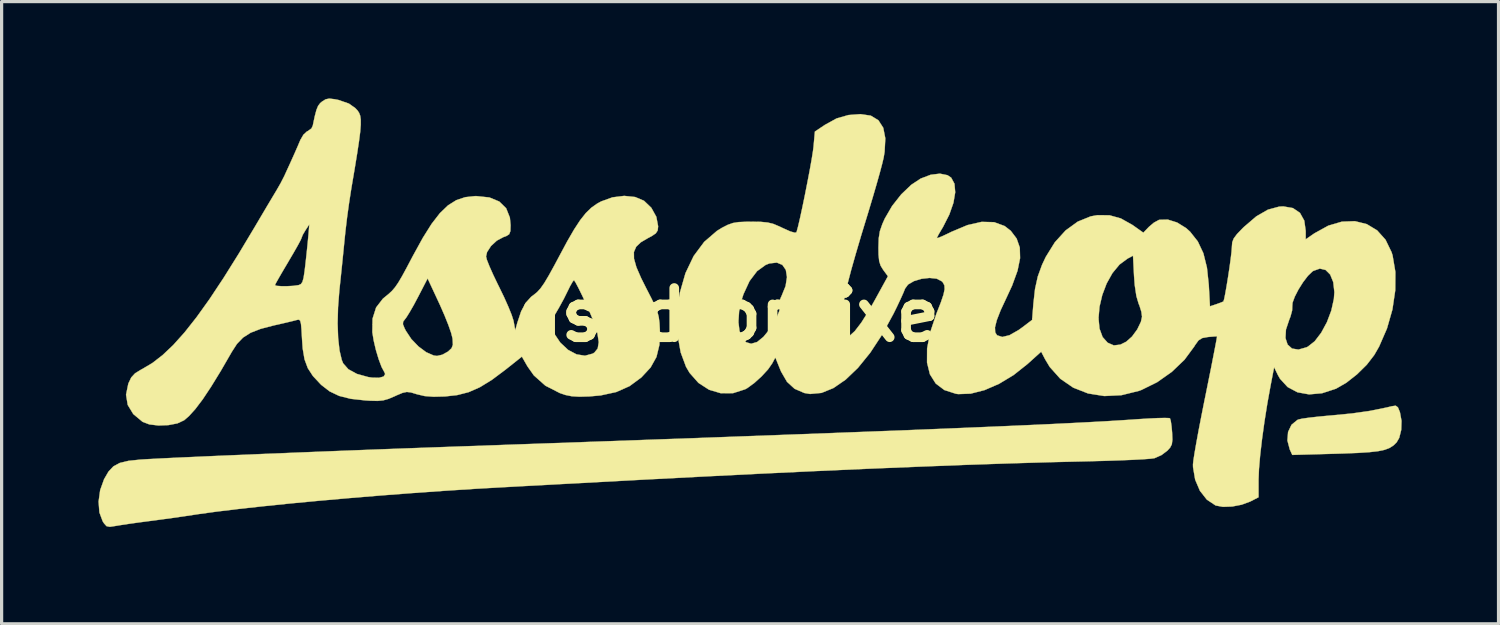
<source format=kicad_pcb>
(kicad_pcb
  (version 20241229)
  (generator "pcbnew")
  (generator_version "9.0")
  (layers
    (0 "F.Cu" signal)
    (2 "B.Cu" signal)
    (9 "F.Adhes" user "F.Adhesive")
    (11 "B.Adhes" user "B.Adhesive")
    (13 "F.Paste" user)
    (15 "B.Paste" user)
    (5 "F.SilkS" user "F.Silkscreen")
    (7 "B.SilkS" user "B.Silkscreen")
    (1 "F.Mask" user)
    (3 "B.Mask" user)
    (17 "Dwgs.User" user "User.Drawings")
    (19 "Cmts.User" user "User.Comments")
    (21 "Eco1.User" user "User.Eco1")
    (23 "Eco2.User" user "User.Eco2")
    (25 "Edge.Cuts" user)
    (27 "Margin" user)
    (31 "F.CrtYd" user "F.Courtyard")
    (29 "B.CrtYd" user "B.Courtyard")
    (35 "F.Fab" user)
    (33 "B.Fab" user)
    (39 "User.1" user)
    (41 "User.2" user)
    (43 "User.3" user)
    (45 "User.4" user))
  (footprint "assdropfixed"
    (layer "F.Cu")
    (at 20.202 6.71)
    (property "Reference" "assdropfixed" (at 0 0 0) (layer "F.SilkS") (effects (font (size 1.524 1.524) (thickness 0.3))))
    (attr through_hole)
    (fp_poly (pts (xy 20.067 2.863) (xy 20.126 3.007) (xy 20.13 3.019) (xy 20.178 3.282) (xy 20.169 3.561) (xy 20.107 3.808) (xy 20.026 3.948) (xy 19.926 4.045) (xy 19.809 4.12) (xy 19.657 4.178) (xy 19.453 4.221) (xy 19.18 4.252) (xy 18.822 4.275) (xy 18.36 4.293) (xy 18.136 4.3) (xy 16.793 4.337) (xy 16.715 4.166) (xy 16.642 3.89) (xy 16.663 3.626) (xy 16.769 3.403) (xy 16.952 3.253) (xy 16.986 3.239) (xy 17.101 3.213) (xy 17.315 3.183) (xy 17.599 3.151) (xy 17.926 3.12) (xy 18.011 3.113) (xy 18.651 3.051) (xy 19.203 2.972) (xy 19.71 2.869) (xy 19.885 2.827) (xy 19.998 2.812) (xy 20.067 2.863)) (stroke (width 0.01) (type solid)) (fill yes) (layer "F.SilkS"))
    (fp_poly (pts (xy 12.977 3.196) (xy 13.003 3.202) (xy 13.028 3.283) (xy 13.052 3.451) (xy 13.069 3.639) (xy 13.078 3.864) (xy 13.061 4.007) (xy 13.007 4.112) (xy 12.92 4.207) (xy 12.738 4.343) (xy 12.531 4.435) (xy 12.517 4.439) (xy 12.397 4.455) (xy 12.167 4.472) (xy 11.847 4.489) (xy 11.453 4.505) (xy 11.004 4.52) (xy 10.517 4.533) (xy 10.351 4.537) (xy 9.223 4.564) (xy 7.979 4.601) (xy 6.626 4.647) (xy 5.174 4.703) (xy 3.632 4.766) (xy 2.01 4.838) (xy 0.316 4.918) (xy -1.44 5.006) (xy -3.25 5.1) (xy -4.064 5.144) (xy -4.662 5.176) (xy -5.279 5.21) (xy -5.889 5.242) (xy -6.465 5.274) (xy -6.982 5.301) (xy -7.414 5.325) (xy -7.62 5.336) (xy -8.54 5.388) (xy -9.496 5.45) (xy -10.472 5.519) (xy -11.453 5.594) (xy -12.422 5.674) (xy -13.364 5.757) (xy -14.263 5.842) (xy -15.102 5.928) (xy -15.867 6.012) (xy -16.541 6.094) (xy -17.108 6.172) (xy -17.24 6.192) (xy -17.544 6.238) (xy -17.921 6.292) (xy -18.317 6.346) (xy -18.605 6.384) (xy -18.939 6.428) (xy -19.252 6.472) (xy -19.511 6.511) (xy -19.674 6.538) (xy -19.849 6.565) (xy -19.951 6.544) (xy -20.029 6.457) (xy -20.071 6.391) (xy -20.172 6.118) (xy -20.197 5.784) (xy -20.148 5.427) (xy -20.026 5.087) (xy -20.025 5.086) (xy -19.89 4.854) (xy -19.738 4.692) (xy -19.541 4.586) (xy -19.272 4.521) (xy -18.905 4.482) (xy -18.902 4.482) (xy -18.656 4.467) (xy -18.294 4.448) (xy -17.827 4.425) (xy -17.266 4.4) (xy -16.622 4.371) (xy -15.906 4.341) (xy -15.13 4.308) (xy -14.303 4.275) (xy -13.436 4.24) (xy -12.542 4.205) (xy -11.631 4.17) (xy -10.714 4.136) (xy -9.801 4.103) (xy -8.904 4.071) (xy -8.731 4.065) (xy -6.747 3.995) (xy -4.885 3.929) (xy -3.143 3.867) (xy -1.515 3.809) (xy 0.002 3.753) (xy 1.412 3.701) (xy 2.719 3.652) (xy 3.927 3.606) (xy 5.04 3.563) (xy 6.063 3.522) (xy 6.998 3.483) (xy 7.851 3.447) (xy 8.625 3.413) (xy 9.324 3.381) (xy 9.952 3.35) (xy 10.514 3.321) (xy 11.013 3.294) (xy 11.453 3.267) (xy 11.838 3.242) (xy 11.989 3.231) (xy 12.328 3.21) (xy 12.621 3.196) (xy 12.845 3.191) (xy 12.977 3.196)) (stroke (width 0.01) (type solid)) (fill yes) (layer "F.SilkS"))
    (fp_poly (pts (xy -12.886 -6.686) (xy -12.764 -6.662) (xy -12.44 -6.55) (xy -12.243 -6.41) (xy -12.176 -6.34) (xy -12.126 -6.266) (xy -12.091 -6.176) (xy -12.073 -6.057) (xy -12.073 -5.894) (xy -12.09 -5.676) (xy -12.127 -5.387) (xy -12.183 -5.016) (xy -12.259 -4.548) (xy -12.357 -3.97) (xy -12.373 -3.873) (xy -12.433 -3.485) (xy -12.495 -3.038) (xy -12.547 -2.601) (xy -12.57 -2.381) (xy -12.608 -2) (xy -12.653 -1.554) (xy -12.7 -1.101) (xy -12.736 -0.762) (xy -12.777 -0.238) (xy -12.79 0.262) (xy -12.774 0.716) (xy -12.731 1.1) (xy -12.662 1.394) (xy -12.618 1.5) (xy -12.456 1.683) (xy -12.192 1.827) (xy -11.847 1.923) (xy -11.725 1.942) (xy -11.507 1.947) (xy -11.365 1.908) (xy -11.316 1.832) (xy -11.344 1.767) (xy -11.427 1.613) (xy -11.517 1.373) (xy -11.603 1.087) (xy -11.672 0.793) (xy -11.714 0.533) (xy -11.714 0.531) (xy -11.71 0.288) (xy -10.766 0.288) (xy -10.714 0.416) (xy -10.678 0.486) (xy -10.507 0.745) (xy -10.285 0.976) (xy -10.044 1.155) (xy -9.813 1.256) (xy -9.71 1.27) (xy -9.543 1.231) (xy -9.372 1.136) (xy -9.368 1.133) (xy -9.259 1.031) (xy -9.218 0.924) (xy -9.226 0.757) (xy -9.231 0.718) (xy -9.272 0.555) (xy -9.358 0.31) (xy -9.476 0.015) (xy -9.614 -0.301) (xy -9.635 -0.346) (xy -10.001 -1.132) (xy -10.294 -0.565) (xy -10.43 -0.309) (xy -10.558 -0.087) (xy -10.657 0.072) (xy -10.695 0.122) (xy -10.759 0.206) (xy -10.766 0.288) (xy -11.71 0.288) (xy -11.707 0.114) (xy -11.597 -0.232) (xy -11.387 -0.504) (xy -11.344 -0.54) (xy -11.212 -0.648) (xy -11.105 -0.747) (xy -11.009 -0.859) (xy -10.91 -1.003) (xy -10.795 -1.198) (xy -10.649 -1.466) (xy -10.46 -1.825) (xy -10.449 -1.845) (xy -10.15 -2.389) (xy -9.878 -2.822) (xy -9.621 -3.154) (xy -9.369 -3.396) (xy -9.111 -3.558) (xy -8.835 -3.65) (xy -8.53 -3.683) (xy -8.487 -3.683) (xy -8.086 -3.641) (xy -7.779 -3.514) (xy -7.567 -3.306) (xy -7.452 -3.017) (xy -7.43 -2.783) (xy -7.436 -2.6) (xy -7.474 -2.501) (xy -7.567 -2.443) (xy -7.65 -2.414) (xy -7.856 -2.304) (xy -8.037 -2.137) (xy -8.159 -1.949) (xy -8.191 -1.814) (xy -8.164 -1.707) (xy -8.087 -1.512) (xy -7.973 -1.255) (xy -7.832 -0.961) (xy -7.788 -0.873) (xy -7.635 -0.558) (xy -7.501 -0.258) (xy -7.398 -0.004) (xy -7.34 0.175) (xy -7.335 0.2) (xy -7.286 0.476) (xy -7.233 0.286) (xy -6.235 0.286) (xy -6.096 0.55) (xy -5.891 0.855) (xy -5.648 1.082) (xy -5.386 1.221) (xy -5.125 1.263) (xy -4.885 1.198) (xy -4.833 1.166) (xy -4.73 1.039) (xy -4.698 0.843) (xy -4.738 0.572) (xy -4.85 0.217) (xy -5.037 -0.231) (xy -5.084 -0.334) (xy -5.216 -0.612) (xy -5.33 -0.843) (xy -5.416 -1.005) (xy -5.463 -1.077) (xy -5.466 -1.079) (xy -5.51 -1.026) (xy -5.587 -0.891) (xy -5.657 -0.749) (xy -5.779 -0.503) (xy -5.93 -0.227) (xy -6.023 -0.067) (xy -6.235 0.286) (xy -7.233 0.286) (xy -7.225 0.254) (xy -7.104 -0.109) (xy -6.965 -0.372) (xy -6.792 -0.563) (xy -6.713 -0.622) (xy -6.608 -0.707) (xy -6.503 -0.822) (xy -6.387 -0.987) (xy -6.248 -1.22) (xy -6.073 -1.537) (xy -5.935 -1.796) (xy -5.68 -2.272) (xy -5.463 -2.647) (xy -5.273 -2.937) (xy -5.099 -3.157) (xy -4.928 -3.323) (xy -4.75 -3.449) (xy -4.624 -3.518) (xy -4.272 -3.645) (xy -3.909 -3.69) (xy -3.57 -3.655) (xy -3.296 -3.539) (xy -3.069 -3.322) (xy -2.914 -3.042) (xy -2.858 -2.747) (xy -2.871 -2.621) (xy -2.929 -2.53) (xy -3.061 -2.441) (xy -3.173 -2.382) (xy -3.393 -2.253) (xy -3.538 -2.115) (xy -3.609 -1.951) (xy -3.606 -1.744) (xy -3.531 -1.479) (xy -3.383 -1.139) (xy -3.223 -0.82) (xy -3.062 -0.507) (xy -2.95 -0.274) (xy -2.879 -0.092) (xy -2.838 0.072) (xy -2.816 0.247) (xy -2.804 0.466) (xy -2.804 0.469) (xy -2.818 0.925) (xy -2.91 1.302) (xy -3.092 1.628) (xy -3.374 1.932) (xy -3.377 1.935) (xy -3.743 2.205) (xy -4.155 2.388) (xy -4.638 2.493) (xy -4.985 2.524) (xy -5.298 2.533) (xy -5.531 2.519) (xy -5.731 2.479) (xy -5.905 2.42) (xy -6.352 2.191) (xy -6.709 1.873) (xy -6.908 1.591) (xy -7.08 1.291) (xy -7.588 1.695) (xy -8.009 2.01) (xy -8.38 2.238) (xy -8.73 2.392) (xy -9.086 2.483) (xy -9.462 2.525) (xy -9.818 2.534) (xy -10.092 2.513) (xy -10.327 2.458) (xy -10.34 2.454) (xy -10.518 2.4) (xy -10.646 2.385) (xy -10.776 2.413) (xy -10.958 2.489) (xy -11.02 2.518) (xy -11.213 2.6) (xy -11.376 2.646) (xy -11.553 2.663) (xy -11.791 2.657) (xy -11.931 2.648) (xy -12.384 2.598) (xy -12.743 2.508) (xy -13.037 2.368) (xy -13.296 2.168) (xy -13.324 2.14) (xy -13.556 1.891) (xy -13.714 1.648) (xy -13.815 1.376) (xy -13.872 1.04) (xy -13.893 0.741) (xy -13.909 0.456) (xy -13.925 0.277) (xy -13.949 0.181) (xy -13.986 0.146) (xy -14.043 0.152) (xy -14.058 0.156) (xy -14.178 0.187) (xy -14.386 0.237) (xy -14.645 0.297) (xy -14.764 0.323) (xy -15.174 0.43) (xy -15.484 0.55) (xy -15.72 0.7) (xy -15.909 0.896) (xy -16.067 1.14) (xy -16.411 1.735) (xy -16.71 2.222) (xy -16.969 2.612) (xy -17.197 2.913) (xy -17.398 3.135) (xy -17.545 3.262) (xy -17.753 3.359) (xy -18.034 3.413) (xy -18.341 3.425) (xy -18.624 3.391) (xy -18.833 3.312) (xy -19.122 3.071) (xy -19.294 2.788) (xy -19.346 2.471) (xy -19.276 2.128) (xy -19.274 2.123) (xy -19.185 1.937) (xy -19.066 1.808) (xy -18.872 1.689) (xy -18.84 1.673) (xy -18.529 1.488) (xy -18.211 1.242) (xy -17.881 0.929) (xy -17.533 0.541) (xy -17.162 0.071) (xy -16.762 -0.487) (xy -16.473 -0.923) (xy -14.732 -0.923) (xy -14.676 -0.902) (xy -14.534 -0.892) (xy -14.349 -0.892) (xy -14.161 -0.902) (xy -14.012 -0.923) (xy -13.992 -0.927) (xy -13.927 -0.958) (xy -13.881 -1.023) (xy -13.845 -1.149) (xy -13.813 -1.359) (xy -13.787 -1.577) (xy -13.753 -1.886) (xy -13.722 -2.185) (xy -13.699 -2.427) (xy -13.692 -2.499) (xy -13.667 -2.807) (xy -13.786 -2.626) (xy -13.868 -2.488) (xy -13.906 -2.395) (xy -13.906 -2.39) (xy -13.937 -2.318) (xy -14.022 -2.159) (xy -14.148 -1.938) (xy -14.302 -1.676) (xy -14.319 -1.646) (xy -14.475 -1.383) (xy -14.604 -1.161) (xy -14.694 -1.001) (xy -14.732 -0.925) (xy -14.732 -0.923) (xy -16.473 -0.923) (xy -16.328 -1.141) (xy -15.855 -1.897) (xy -15.336 -2.763) (xy -15.325 -2.782) (xy -15.139 -3.097) (xy -14.965 -3.391) (xy -14.817 -3.639) (xy -14.711 -3.816) (xy -14.683 -3.862) (xy -14.557 -4.082) (xy -14.436 -4.318) (xy -14.422 -4.35) (xy -14.248 -4.73) (xy -14.117 -5.022) (xy -14.018 -5.248) (xy -13.946 -5.419) (xy -13.849 -5.587) (xy -13.739 -5.688) (xy -13.716 -5.697) (xy -13.6 -5.781) (xy -13.56 -5.865) (xy -13.498 -6.158) (xy -13.446 -6.354) (xy -13.394 -6.48) (xy -13.331 -6.563) (xy -13.268 -6.616) (xy -13.16 -6.683) (xy -13.049 -6.705) (xy -12.886 -6.686)) (stroke (width 0.01) (type solid)) (fill yes) (layer "F.SilkS"))
    (fp_poly (pts (xy 3.732 -6.176) (xy 3.967 -6.034) (xy 4.118 -5.8) (xy 4.182 -5.473) (xy 4.16 -5.056) (xy 4.13 -4.874) (xy 4.087 -4.694) (xy 4.014 -4.417) (xy 3.916 -4.069) (xy 3.801 -3.674) (xy 3.676 -3.257) (xy 3.642 -3.144) (xy 3.433 -2.461) (xy 3.263 -1.884) (xy 3.126 -1.401) (xy 3.02 -0.997) (xy 2.941 -0.66) (xy 2.887 -0.376) (xy 2.853 -0.132) (xy 2.837 0.087) (xy 2.835 0.157) (xy 2.834 0.413) (xy 2.845 0.569) (xy 2.874 0.65) (xy 2.927 0.683) (xy 2.939 0.686) (xy 3.07 0.651) (xy 3.237 0.5) (xy 3.442 0.232) (xy 3.685 -0.155) (xy 3.862 -0.469) (xy 4.263 -1.2) (xy 4.116 -1.399) (xy 4.037 -1.527) (xy 3.992 -1.669) (xy 3.972 -1.868) (xy 3.969 -2.085) (xy 3.978 -2.374) (xy 4.014 -2.598) (xy 4.091 -2.819) (xy 4.165 -2.985) (xy 4.392 -3.376) (xy 4.675 -3.736) (xy 4.987 -4.034) (xy 5.277 -4.226) (xy 5.588 -4.344) (xy 5.874 -4.379) (xy 6.109 -4.331) (xy 6.223 -4.255) (xy 6.325 -4.066) (xy 6.348 -3.801) (xy 6.293 -3.476) (xy 6.165 -3.111) (xy 5.968 -2.723) (xy 5.925 -2.652) (xy 5.836 -2.501) (xy 5.784 -2.399) (xy 5.779 -2.382) (xy 5.83 -2.392) (xy 5.968 -2.45) (xy 6.165 -2.543) (xy 6.227 -2.574) (xy 6.726 -2.784) (xy 7.169 -2.885) (xy 7.555 -2.875) (xy 7.879 -2.756) (xy 8.069 -2.609) (xy 8.252 -2.367) (xy 8.349 -2.088) (xy 8.358 -1.759) (xy 8.279 -1.371) (xy 8.112 -0.912) (xy 7.942 -0.545) (xy 7.755 -0.145) (xy 7.636 0.161) (xy 7.58 0.385) (xy 7.587 0.539) (xy 7.644 0.629) (xy 7.806 0.682) (xy 8.029 0.628) (xy 8.311 0.468) (xy 8.415 0.393) (xy 8.731 0.154) (xy 8.735 0.102) (xy 10.789 0.102) (xy 10.819 0.422) (xy 10.915 0.684) (xy 11.072 0.86) (xy 11.263 0.943) (xy 11.466 0.919) (xy 11.647 0.829) (xy 11.826 0.67) (xy 11.989 0.448) (xy 12.103 0.211) (xy 12.137 0.055) (xy 12.117 -0.098) (xy 12.056 -0.293) (xy 12.032 -0.349) (xy 11.962 -0.586) (xy 11.911 -0.926) (xy 11.889 -1.22) (xy 11.858 -1.836) (xy 11.692 -1.749) (xy 11.439 -1.562) (xy 11.22 -1.297) (xy 11.04 -0.975) (xy 10.905 -0.619) (xy 10.819 -0.253) (xy 10.789 0.102) (xy 8.735 0.102) (xy 8.771 -0.352) (xy 8.822 -0.808) (xy 8.907 -1.192) (xy 9.039 -1.554) (xy 9.154 -1.798) (xy 9.435 -2.251) (xy 9.77 -2.62) (xy 10.145 -2.892) (xy 10.546 -3.055) (xy 10.751 -3.092) (xy 11.128 -3.089) (xy 11.479 -2.992) (xy 11.841 -2.789) (xy 11.883 -2.759) (xy 12.178 -2.55) (xy 12.351 -2.73) (xy 12.504 -2.86) (xy 12.657 -2.943) (xy 12.678 -2.949) (xy 12.936 -2.955) (xy 13.223 -2.865) (xy 13.503 -2.692) (xy 13.626 -2.581) (xy 13.865 -2.279) (xy 14.038 -1.913) (xy 14.149 -1.466) (xy 14.207 -0.92) (xy 14.207 -0.911) (xy 14.242 -0.267) (xy 14.439 -0.333) (xy 14.58 -0.384) (xy 14.656 -0.416) (xy 14.658 -0.417) (xy 14.681 -0.487) (xy 14.715 -0.655) (xy 14.757 -0.892) (xy 14.802 -1.169) (xy 14.846 -1.457) (xy 14.883 -1.728) (xy 14.91 -1.953) (xy 14.922 -2.104) (xy 14.922 -2.118) (xy 14.933 -2.253) (xy 14.979 -2.371) (xy 15.079 -2.505) (xy 15.252 -2.685) (xy 15.295 -2.727) (xy 15.678 -3.055) (xy 16.039 -3.263) (xy 16.387 -3.357) (xy 16.514 -3.364) (xy 16.813 -3.312) (xy 17.031 -3.164) (xy 17.165 -2.923) (xy 17.209 -2.605) (xy 17.209 -2.343) (xy 17.478 -2.529) (xy 17.909 -2.767) (xy 18.331 -2.891) (xy 18.733 -2.906) (xy 19.101 -2.815) (xy 19.422 -2.622) (xy 19.683 -2.331) (xy 19.87 -1.945) (xy 19.901 -1.847) (xy 19.988 -1.332) (xy 19.984 -0.764) (xy 19.896 -0.169) (xy 19.727 0.421) (xy 19.484 0.979) (xy 19.333 1.242) (xy 19.101 1.543) (xy 18.798 1.841) (xy 18.467 2.101) (xy 18.149 2.284) (xy 18.145 2.286) (xy 17.717 2.425) (xy 17.315 2.461) (xy 16.954 2.396) (xy 16.648 2.233) (xy 16.413 1.977) (xy 16.346 1.859) (xy 16.23 1.619) (xy 16.12 2.191) (xy 16.02 2.743) (xy 15.931 3.303) (xy 15.856 3.846) (xy 15.798 4.345) (xy 15.761 4.773) (xy 15.748 5.103) (xy 15.748 5.649) (xy 15.486 5.783) (xy 15.225 5.879) (xy 14.929 5.936) (xy 14.645 5.946) (xy 14.423 5.905) (xy 14.415 5.902) (xy 14.146 5.723) (xy 13.931 5.449) (xy 13.784 5.105) (xy 13.718 4.717) (xy 13.716 4.632) (xy 13.729 4.511) (xy 13.764 4.284) (xy 13.819 3.968) (xy 13.89 3.581) (xy 13.975 3.142) (xy 14.069 2.667) (xy 14.096 2.536) (xy 14.19 2.069) (xy 14.276 1.644) (xy 14.348 1.276) (xy 14.405 0.982) (xy 14.444 0.776) (xy 14.454 0.716) (xy 16.582 0.716) (xy 16.648 0.917) (xy 16.785 1.041) (xy 16.984 1.073) (xy 17.235 1.002) (xy 17.276 0.982) (xy 17.488 0.815) (xy 17.689 0.552) (xy 17.866 0.225) (xy 18.002 -0.134) (xy 18.082 -0.494) (xy 18.098 -0.707) (xy 18.063 -1.018) (xy 17.968 -1.252) (xy 17.825 -1.395) (xy 17.647 -1.437) (xy 17.446 -1.366) (xy 17.417 -1.347) (xy 17.278 -1.213) (xy 17.128 -1.017) (xy 16.985 -0.79) (xy 16.87 -0.566) (xy 16.801 -0.379) (xy 16.793 -0.276) (xy 16.788 -0.138) (xy 16.736 0.053) (xy 16.702 0.137) (xy 16.597 0.452) (xy 16.582 0.716) (xy 14.454 0.716) (xy 14.461 0.674) (xy 14.461 0.665) (xy 14.395 0.665) (xy 14.247 0.677) (xy 14.179 0.683) (xy 14.004 0.715) (xy 13.887 0.788) (xy 13.78 0.936) (xy 13.755 0.978) (xy 13.454 1.386) (xy 13.06 1.763) (xy 12.605 2.084) (xy 12.122 2.322) (xy 12.045 2.351) (xy 11.499 2.486) (xy 10.967 2.512) (xy 10.464 2.432) (xy 10.005 2.252) (xy 9.604 1.976) (xy 9.277 1.611) (xy 9.137 1.378) (xy 9.012 1.138) (xy 8.587 1.521) (xy 8.157 1.862) (xy 7.706 2.134) (xy 7.256 2.329) (xy 6.828 2.438) (xy 6.444 2.452) (xy 6.37 2.442) (xy 6.013 2.327) (xy 5.744 2.124) (xy 5.564 1.838) (xy 5.475 1.475) (xy 5.477 1.04) (xy 5.573 0.536) (xy 5.762 -0.029) (xy 5.773 -0.058) (xy 5.904 -0.391) (xy 5.985 -0.631) (xy 6.02 -0.798) (xy 6.014 -0.915) (xy 5.968 -1.004) (xy 5.933 -1.043) (xy 5.774 -1.125) (xy 5.553 -1.148) (xy 5.305 -1.121) (xy 5.07 -1.05) (xy 4.886 -0.943) (xy 4.793 -0.815) (xy 4.747 -0.699) (xy 4.657 -0.499) (xy 4.539 -0.248) (xy 4.438 -0.043) (xy 4.084 0.609) (xy 3.714 1.171) (xy 3.335 1.638) (xy 2.953 2.004) (xy 2.574 2.265) (xy 2.205 2.415) (xy 1.85 2.448) (xy 1.672 2.418) (xy 1.37 2.287) (xy 1.136 2.072) (xy 0.952 1.754) (xy 0.925 1.69) (xy 0.774 1.316) (xy 0.678 1.499) (xy 0.547 1.687) (xy 0.348 1.903) (xy 0.122 2.108) (xy -0.091 2.264) (xy -0.159 2.302) (xy -0.536 2.423) (xy -0.916 2.425) (xy -1.28 2.317) (xy -1.608 2.105) (xy -1.881 1.797) (xy -1.993 1.607) (xy -2.158 1.163) (xy -2.252 0.642) (xy -2.268 0.214) (xy -0.37 0.214) (xy -0.337 0.493) (xy -0.255 0.708) (xy -0.132 0.845) (xy 0.025 0.892) (xy 0.21 0.838) (xy 0.405 0.679) (xy 0.562 0.488) (xy 0.706 0.272) (xy 0.823 0.059) (xy 0.897 -0.123) (xy 0.913 -0.244) (xy 0.901 -0.267) (xy 0.88 -0.365) (xy 0.945 -0.542) (xy 0.963 -0.578) (xy 1.092 -0.896) (xy 1.135 -1.174) (xy 1.099 -1.398) (xy 0.992 -1.552) (xy 0.821 -1.623) (xy 0.592 -1.597) (xy 0.474 -1.551) (xy 0.207 -1.357) (xy -0.025 -1.051) (xy -0.213 -0.645) (xy -0.263 -0.492) (xy -0.348 -0.119) (xy -0.37 0.214) (xy -2.268 0.214) (xy -2.273 0.076) (xy -2.218 -0.506) (xy -2.186 -0.685) (xy -2.011 -1.294) (xy -1.758 -1.824) (xy -1.431 -2.264) (xy -1.037 -2.604) (xy -0.88 -2.701) (xy -0.7 -2.793) (xy -0.543 -2.849) (xy -0.364 -2.878) (xy -0.122 -2.888) (xy 0.034 -2.889) (xy 0.327 -2.885) (xy 0.54 -2.864) (xy 0.719 -2.819) (xy 0.91 -2.738) (xy 1.008 -2.691) (xy 1.236 -2.589) (xy 1.381 -2.548) (xy 1.43 -2.564) (xy 1.477 -2.736) (xy 1.54 -3.005) (xy 1.613 -3.343) (xy 1.691 -3.721) (xy 1.768 -4.112) (xy 1.84 -4.487) (xy 1.899 -4.818) (xy 1.94 -5.076) (xy 1.957 -5.207) (xy 2 -5.683) (xy 2.306 -5.888) (xy 2.672 -6.09) (xy 3.04 -6.195) (xy 3.412 -6.223) (xy 3.732 -6.176)) (stroke (width 0.01) (type solid)) (fill yes) (layer "F.SilkS")))
  (gr_rect
    (start -3 -3)
    (end 43.386 16.28)
    (stroke (width 0.1) (type default))
    (fill no)
    (layer "Edge.Cuts")))
</source>
